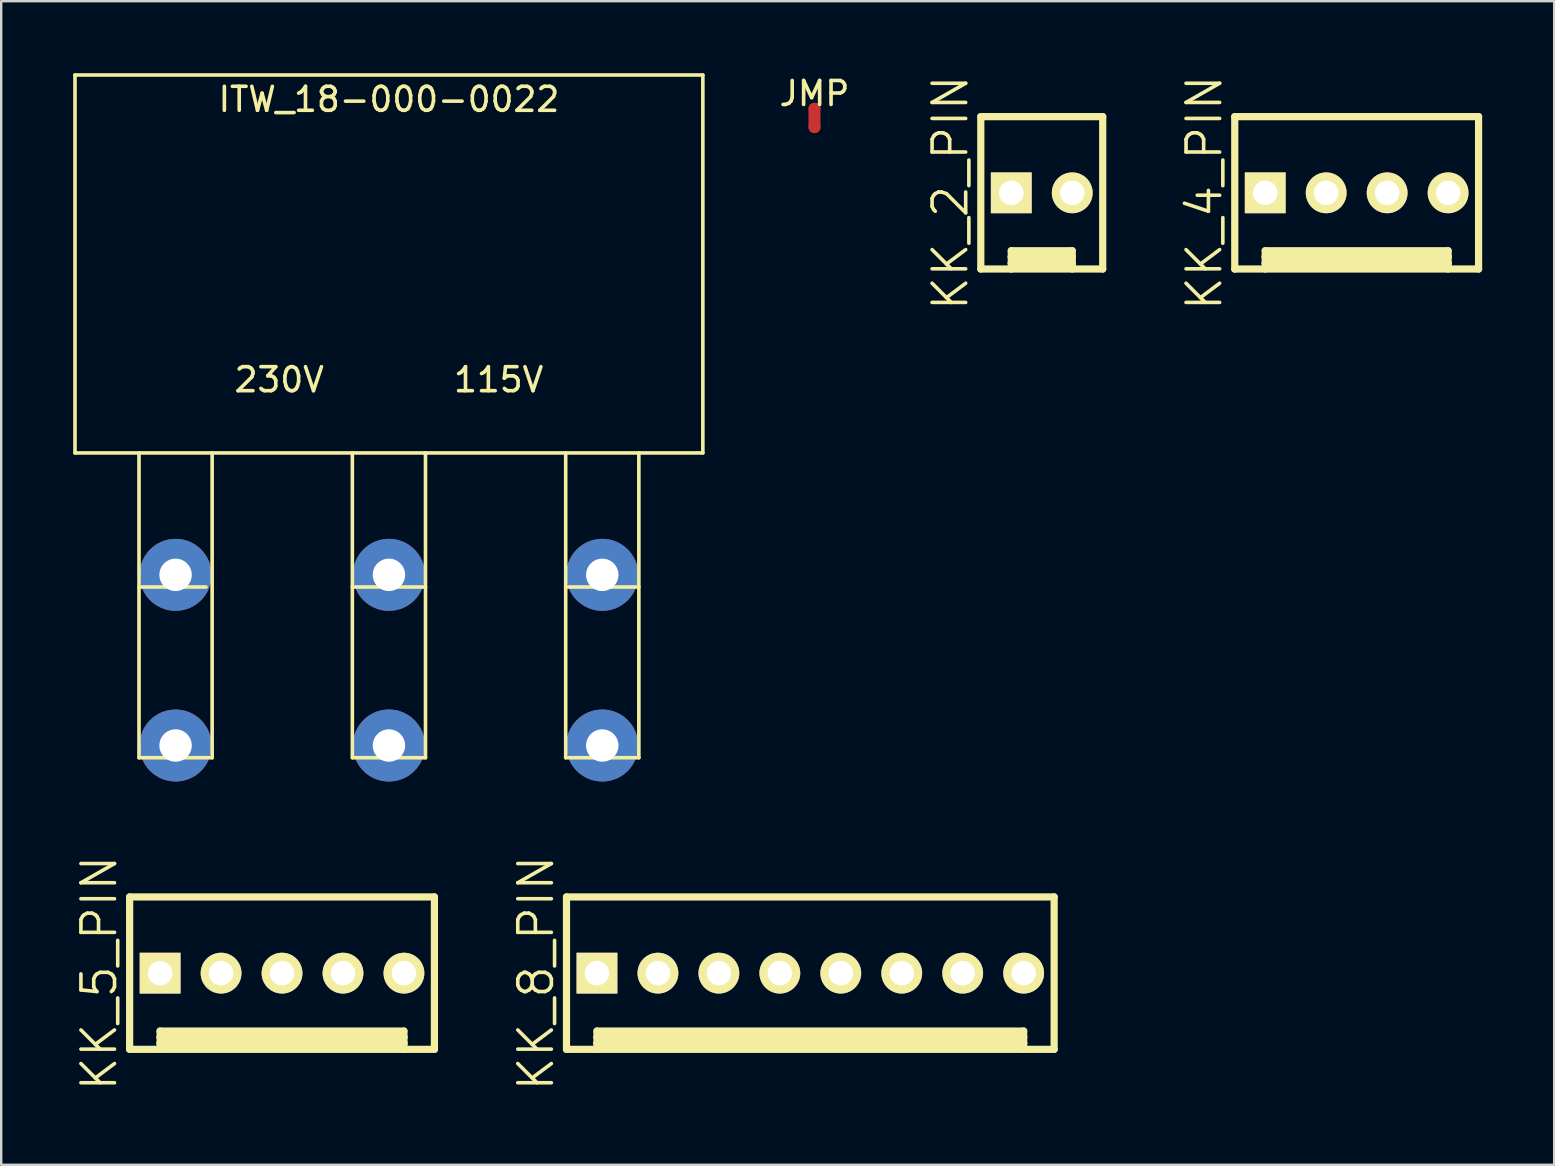
<source format=kicad_pcb>
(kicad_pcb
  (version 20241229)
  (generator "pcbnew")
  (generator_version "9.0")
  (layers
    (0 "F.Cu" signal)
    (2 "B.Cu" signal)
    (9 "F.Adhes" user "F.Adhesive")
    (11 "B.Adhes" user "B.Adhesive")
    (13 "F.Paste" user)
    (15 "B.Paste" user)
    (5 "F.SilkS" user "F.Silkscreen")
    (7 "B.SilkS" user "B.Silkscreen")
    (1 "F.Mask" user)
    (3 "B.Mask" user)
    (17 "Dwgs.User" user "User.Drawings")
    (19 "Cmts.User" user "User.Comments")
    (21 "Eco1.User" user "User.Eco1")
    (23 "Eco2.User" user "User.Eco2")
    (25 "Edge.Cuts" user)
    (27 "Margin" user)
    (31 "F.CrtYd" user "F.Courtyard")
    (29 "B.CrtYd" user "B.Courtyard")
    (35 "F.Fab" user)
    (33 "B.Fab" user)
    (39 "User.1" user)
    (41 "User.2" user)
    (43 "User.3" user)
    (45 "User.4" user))
  (footprint "KK_5_PIN"
    (layer "F.Cu")
    (at 8.702 37.5)
    (property "Reference" "KK_5_PIN" (at -7.62 0 90) (layer "F.SilkS") (effects (font (size 1.4 1.4) (thickness 0.15))))
    (attr through_hole)
    (fp_line (start -6.35 -3.175) (end 6.35 -3.175) (stroke (width 0.3) (type solid)) (layer "F.SilkS"))
    (fp_line (start -6.35 3.175) (end -6.35 -3.175) (stroke (width 0.3) (type solid)) (layer "F.SilkS"))
    (fp_line (start -5.08 2.413) (end -5.08 2.667) (stroke (width 0.3) (type solid)) (layer "F.SilkS"))
    (fp_line (start -5.08 2.667) (end 5.08 2.667) (stroke (width 0.3) (type solid)) (layer "F.SilkS"))
    (fp_line (start -5.08 2.921) (end -5.08 2.667) (stroke (width 0.3) (type solid)) (layer "F.SilkS"))
    (fp_line (start -5.08 2.921) (end -5.08 3.175) (stroke (width 0.3) (type solid)) (layer "F.SilkS"))
    (fp_line (start 5.08 2.413) (end -5.08 2.413) (stroke (width 0.3) (type solid)) (layer "F.SilkS"))
    (fp_line (start 5.08 2.667) (end 5.08 2.413) (stroke (width 0.3) (type solid)) (layer "F.SilkS"))
    (fp_line (start 5.08 2.667) (end 5.08 2.921) (stroke (width 0.3) (type solid)) (layer "F.SilkS"))
    (fp_line (start 5.08 2.921) (end -5.08 2.921) (stroke (width 0.3) (type solid)) (layer "F.SilkS"))
    (fp_line (start 5.08 3.175) (end 5.08 2.921) (stroke (width 0.3) (type solid)) (layer "F.SilkS"))
    (fp_line (start 6.35 3.175) (end -6.35 3.175) (stroke (width 0.3) (type solid)) (layer "F.SilkS"))
    (fp_line (start 6.35 3.175) (end 6.35 -3.175) (stroke (width 0.3) (type solid)) (layer "F.SilkS"))
    (pad "1" thru_hole rect (at -5.08 0) (size 1.7 1.7) (drill 1.02) (layers "*.Cu" "*.Mask" "F.SilkS"))
    (pad "2" thru_hole circle (at -2.54 0) (size 1.7 1.7) (drill 1.02) (layers "*.Cu" "*.Mask" "F.SilkS"))
    (pad "3" thru_hole circle (at 0 0) (size 1.7 1.7) (drill 1.02) (layers "*.Cu" "*.Mask" "F.SilkS"))
    (pad "4" thru_hole circle (at 2.54 0) (size 1.7 1.7) (drill 1.02) (layers "*.Cu" "*.Mask" "F.SilkS"))
    (pad "5" thru_hole circle (at 5.08 0) (size 1.7 1.7) (drill 1.02) (layers "*.Cu" "*.Mask" "F.SilkS")))
  (footprint "KK_4_PIN"
    (layer "F.Cu")
    (at 53.481 4.985)
    (property "Reference" "KK_4_PIN" (at -6.35 0 90) (layer "F.SilkS") (effects (font (size 1.4 1.4) (thickness 0.15))))
    (attr through_hole)
    (fp_line (start -5.08 3.175) (end -5.08 -3.175) (stroke (width 0.3) (type solid)) (layer "F.SilkS"))
    (fp_line (start -3.81 2.413) (end -3.81 2.667) (stroke (width 0.3) (type solid)) (layer "F.SilkS"))
    (fp_line (start -3.81 2.667) (end 3.81 2.667) (stroke (width 0.3) (type solid)) (layer "F.SilkS"))
    (fp_line (start -3.81 2.921) (end -3.81 2.667) (stroke (width 0.3) (type solid)) (layer "F.SilkS"))
    (fp_line (start -3.81 2.921) (end -3.81 3.175) (stroke (width 0.3) (type solid)) (layer "F.SilkS"))
    (fp_line (start 3.81 2.413) (end -3.81 2.413) (stroke (width 0.3) (type solid)) (layer "F.SilkS"))
    (fp_line (start 3.81 2.667) (end 3.81 2.413) (stroke (width 0.3) (type solid)) (layer "F.SilkS"))
    (fp_line (start 3.81 2.667) (end 3.81 2.921) (stroke (width 0.3) (type solid)) (layer "F.SilkS"))
    (fp_line (start 3.81 2.921) (end -3.81 2.921) (stroke (width 0.3) (type solid)) (layer "F.SilkS"))
    (fp_line (start 3.81 3.175) (end 3.81 2.921) (stroke (width 0.3) (type solid)) (layer "F.SilkS"))
    (fp_line (start 5.08 -3.175) (end -5.08 -3.175) (stroke (width 0.3) (type solid)) (layer "F.SilkS"))
    (fp_line (start 5.08 3.175) (end -5.08 3.175) (stroke (width 0.3) (type solid)) (layer "F.SilkS"))
    (fp_line (start 5.08 3.175) (end 5.08 -3.175) (stroke (width 0.3) (type solid)) (layer "F.SilkS"))
    (pad "1" thru_hole rect (at -3.81 0) (size 1.7 1.7) (drill 1.02) (layers "*.Cu" "*.Mask" "F.SilkS"))
    (pad "2" thru_hole circle (at -1.27 0) (size 1.7 1.7) (drill 1.02) (layers "*.Cu" "*.Mask" "F.SilkS"))
    (pad "3" thru_hole circle (at 1.27 0) (size 1.7 1.7) (drill 1.02) (layers "*.Cu" "*.Mask" "F.SilkS"))
    (pad "4" thru_hole circle (at 3.81 0) (size 1.7 1.7) (drill 1.02) (layers "*.Cu" "*.Mask" "F.SilkS")))
  (footprint "KK_8_PIN"
    (layer "F.Cu")
    (at 30.715 37.5)
    (property "Reference" "KK_8_PIN" (at -11.43 0 90) (layer "F.SilkS") (effects (font (size 1.4 1.4) (thickness 0.15))))
    (attr through_hole)
    (fp_line (start -10.16 3.175) (end -10.16 -3.175) (stroke (width 0.3) (type solid)) (layer "F.SilkS"))
    (fp_line (start -8.89 2.413) (end -8.89 2.667) (stroke (width 0.3) (type solid)) (layer "F.SilkS"))
    (fp_line (start -8.89 2.667) (end 8.89 2.667) (stroke (width 0.3) (type solid)) (layer "F.SilkS"))
    (fp_line (start -8.89 2.921) (end -8.89 2.667) (stroke (width 0.3) (type solid)) (layer "F.SilkS"))
    (fp_line (start -8.89 2.921) (end -8.89 3.175) (stroke (width 0.3) (type solid)) (layer "F.SilkS"))
    (fp_line (start 8.89 2.413) (end -8.89 2.413) (stroke (width 0.3) (type solid)) (layer "F.SilkS"))
    (fp_line (start 8.89 2.667) (end 8.89 2.413) (stroke (width 0.3) (type solid)) (layer "F.SilkS"))
    (fp_line (start 8.89 2.667) (end 8.89 2.921) (stroke (width 0.3) (type solid)) (layer "F.SilkS"))
    (fp_line (start 8.89 2.921) (end -8.89 2.921) (stroke (width 0.3) (type solid)) (layer "F.SilkS"))
    (fp_line (start 8.89 3.175) (end 8.89 2.921) (stroke (width 0.3) (type solid)) (layer "F.SilkS"))
    (fp_line (start 10.16 -3.175) (end -10.16 -3.175) (stroke (width 0.3) (type solid)) (layer "F.SilkS"))
    (fp_line (start 10.16 3.175) (end -10.16 3.175) (stroke (width 0.3) (type solid)) (layer "F.SilkS"))
    (fp_line (start 10.16 3.175) (end 10.16 -3.175) (stroke (width 0.3) (type solid)) (layer "F.SilkS"))
    (pad "1" thru_hole rect (at -8.89 0) (size 1.7 1.7) (drill 1.02) (layers "*.Cu" "*.Mask" "F.SilkS"))
    (pad "2" thru_hole circle (at -6.35 0) (size 1.7 1.7) (drill 1.02) (layers "*.Cu" "*.Mask" "F.SilkS"))
    (pad "3" thru_hole circle (at -3.81 0) (size 1.7 1.7) (drill 1.02) (layers "*.Cu" "*.Mask" "F.SilkS"))
    (pad "4" thru_hole circle (at -1.27 0) (size 1.7 1.7) (drill 1.02) (layers "*.Cu" "*.Mask" "F.SilkS"))
    (pad "5" thru_hole circle (at 1.27 0) (size 1.7 1.7) (drill 1.02) (layers "*.Cu" "*.Mask" "F.SilkS"))
    (pad "6" thru_hole circle (at 3.81 0) (size 1.7 1.7) (drill 1.02) (layers "*.Cu" "*.Mask" "F.SilkS"))
    (pad "7" thru_hole circle (at 6.35 0) (size 1.7 1.7) (drill 1.02) (layers "*.Cu" "*.Mask" "F.SilkS"))
    (pad "8" thru_hole circle (at 8.89 0) (size 1.7 1.7) (drill 1.02) (layers "*.Cu" "*.Mask" "F.SilkS")))
  (footprint "KK_2_PIN"
    (layer "F.Cu")
    (at 40.359 4.985)
    (property "Reference" "KK_2_PIN" (at -3.81 0 90) (layer "F.SilkS") (effects (font (size 1.4 1.4) (thickness 0.15))))
    (attr through_hole)
    (fp_line (start -2.54 -3.175) (end 2.54 -3.175) (stroke (width 0.3) (type solid)) (layer "F.SilkS"))
    (fp_line (start -2.54 3.175) (end -2.54 -3.175) (stroke (width 0.3) (type solid)) (layer "F.SilkS"))
    (fp_line (start -1.27 2.413) (end -1.27 2.667) (stroke (width 0.3) (type solid)) (layer "F.SilkS"))
    (fp_line (start -1.27 2.921) (end -1.27 2.667) (stroke (width 0.3) (type solid)) (layer "F.SilkS"))
    (fp_line (start -1.27 2.921) (end -1.27 3.175) (stroke (width 0.3) (type solid)) (layer "F.SilkS"))
    (fp_line (start 1.27 2.413) (end -1.27 2.413) (stroke (width 0.3) (type solid)) (layer "F.SilkS"))
    (fp_line (start 1.27 2.667) (end -1.27 2.667) (stroke (width 0.3) (type solid)) (layer "F.SilkS"))
    (fp_line (start 1.27 2.667) (end 1.27 2.413) (stroke (width 0.3) (type solid)) (layer "F.SilkS"))
    (fp_line (start 1.27 2.667) (end 1.27 2.921) (stroke (width 0.3) (type solid)) (layer "F.SilkS"))
    (fp_line (start 1.27 2.921) (end -1.27 2.921) (stroke (width 0.3) (type solid)) (layer "F.SilkS"))
    (fp_line (start 1.27 3.175) (end 1.27 2.921) (stroke (width 0.3) (type solid)) (layer "F.SilkS"))
    (fp_line (start 2.54 3.175) (end -2.54 3.175) (stroke (width 0.3) (type solid)) (layer "F.SilkS"))
    (fp_line (start 2.54 3.175) (end 2.54 -3.175) (stroke (width 0.3) (type solid)) (layer "F.SilkS"))
    (pad "1" thru_hole rect (at -1.27 0) (size 1.7 1.7) (drill 1.02) (layers "*.Cu" "*.Mask" "F.SilkS"))
    (pad "2" thru_hole circle (at 1.27 0) (size 1.7 1.7) (drill 1.02) (layers "*.Cu" "*.Mask" "F.SilkS")))
  (footprint "ITW_18-000-0022"
    (layer "F.Cu")
    (at 13.156 20.903)
    (property "Reference" "ITW_18-000-0022" (at 0 -19.812 0) (layer "F.SilkS") (effects (font (size 1 1) (thickness 0.15))))
    (attr through_hole)
    (fp_line (start -13.081 -20.828) (end -13.081 -5.08) (stroke (width 0.15) (type solid)) (layer "F.SilkS"))
    (fp_line (start -13.081 -20.828) (end 13.081 -20.828) (stroke (width 0.15) (type solid)) (layer "F.SilkS"))
    (fp_line (start -13.081 -5.08) (end 13.081 -5.08) (stroke (width 0.15) (type solid)) (layer "F.SilkS"))
    (fp_line (start -10.414 0.508) (end -7.62 0.508) (stroke (width 0.15) (type solid)) (layer "F.SilkS"))
    (fp_line (start -10.414 7.62) (end -10.414 -5.08) (stroke (width 0.15) (type solid)) (layer "F.SilkS"))
    (fp_line (start -10.414 7.62) (end -7.366 7.62) (stroke (width 0.15) (type solid)) (layer "F.SilkS"))
    (fp_line (start -7.366 7.62) (end -7.366 -5.08) (stroke (width 0.15) (type solid)) (layer "F.SilkS"))
    (fp_line (start -1.524 0.508) (end 1.524 0.508) (stroke (width 0.15) (type solid)) (layer "F.SilkS"))
    (fp_line (start -1.524 7.62) (end -1.524 -5.08) (stroke (width 0.15) (type solid)) (layer "F.SilkS"))
    (fp_line (start -1.524 7.62) (end 1.524 7.62) (stroke (width 0.15) (type solid)) (layer "F.SilkS"))
    (fp_line (start 1.524 7.62) (end 1.524 -5.08) (stroke (width 0.15) (type solid)) (layer "F.SilkS"))
    (fp_line (start 7.366 -5.08) (end 7.366 7.62) (stroke (width 0.15) (type solid)) (layer "F.SilkS"))
    (fp_line (start 7.366 0.508) (end 10.414 0.508) (stroke (width 0.15) (type solid)) (layer "F.SilkS"))
    (fp_line (start 7.366 7.62) (end 10.414 7.62) (stroke (width 0.15) (type solid)) (layer "F.SilkS"))
    (fp_line (start 10.414 7.62) (end 10.414 -5.08) (stroke (width 0.15) (type solid)) (layer "F.SilkS"))
    (fp_line (start 13.081 -20.828) (end 13.081 -5.08) (stroke (width 0.15) (type solid)) (layer "F.SilkS"))
    (fp_text user "115V" (at 4.572 -8.128 0) (layer "F.SilkS") (effects (font (size 1 1) (thickness 0.15))))
    (fp_text user "230V" (at -4.572 -8.128 0) (layer "F.SilkS") (effects (font (size 1 1) (thickness 0.15))))
    (pad "1" thru_hole circle (at -8.89 7.112) (size 3 3) (drill 1.35) (layers "*.Cu" "*.Mask"))
    (pad "2" thru_hole circle (at 0 7.112) (size 3 3) (drill 1.35) (layers "*.Cu" "*.Mask"))
    (pad "3" thru_hole circle (at 8.89 7.112) (size 3 3) (drill 1.35) (layers "*.Cu" "*.Mask"))
    (pad "4" thru_hole circle (at -8.89 0) (size 3 3) (drill 1.35) (layers "*.Cu" "*.Mask"))
    (pad "5" thru_hole circle (at 0 0) (size 3 3) (drill 1.35) (layers "*.Cu" "*.Mask"))
    (pad "6" thru_hole circle (at 8.89 0) (size 3 3) (drill 1.35) (layers "*.Cu" "*.Mask")))
  (footprint "JMP"
    (layer "F.Cu")
    (at 30.889 1.864)
    (property "Reference" "JMP" (at 0 -1.016 0) (layer "F.SilkS") (effects (font (size 1 1) (thickness 0.15))))
    (attr through_hole)
    (fp_line (start 0 -0.381) (end 0 0.381) (stroke (width 0.5) (type solid)) (layer "F.Cu"))
    (pad "1" smd circle (at 0 0.381) (size 0.5 0.5) (layers "F.Cu"))
    (pad "2" smd circle (at 0 -0.381 180) (size 0.5 0.5) (layers "F.Cu")))
  (gr_rect
    (start -3 -3)
    (end 61.711 45.485)
    (stroke (width 0.1) (type default))
    (fill no)
    (layer "Edge.Cuts")))
</source>
